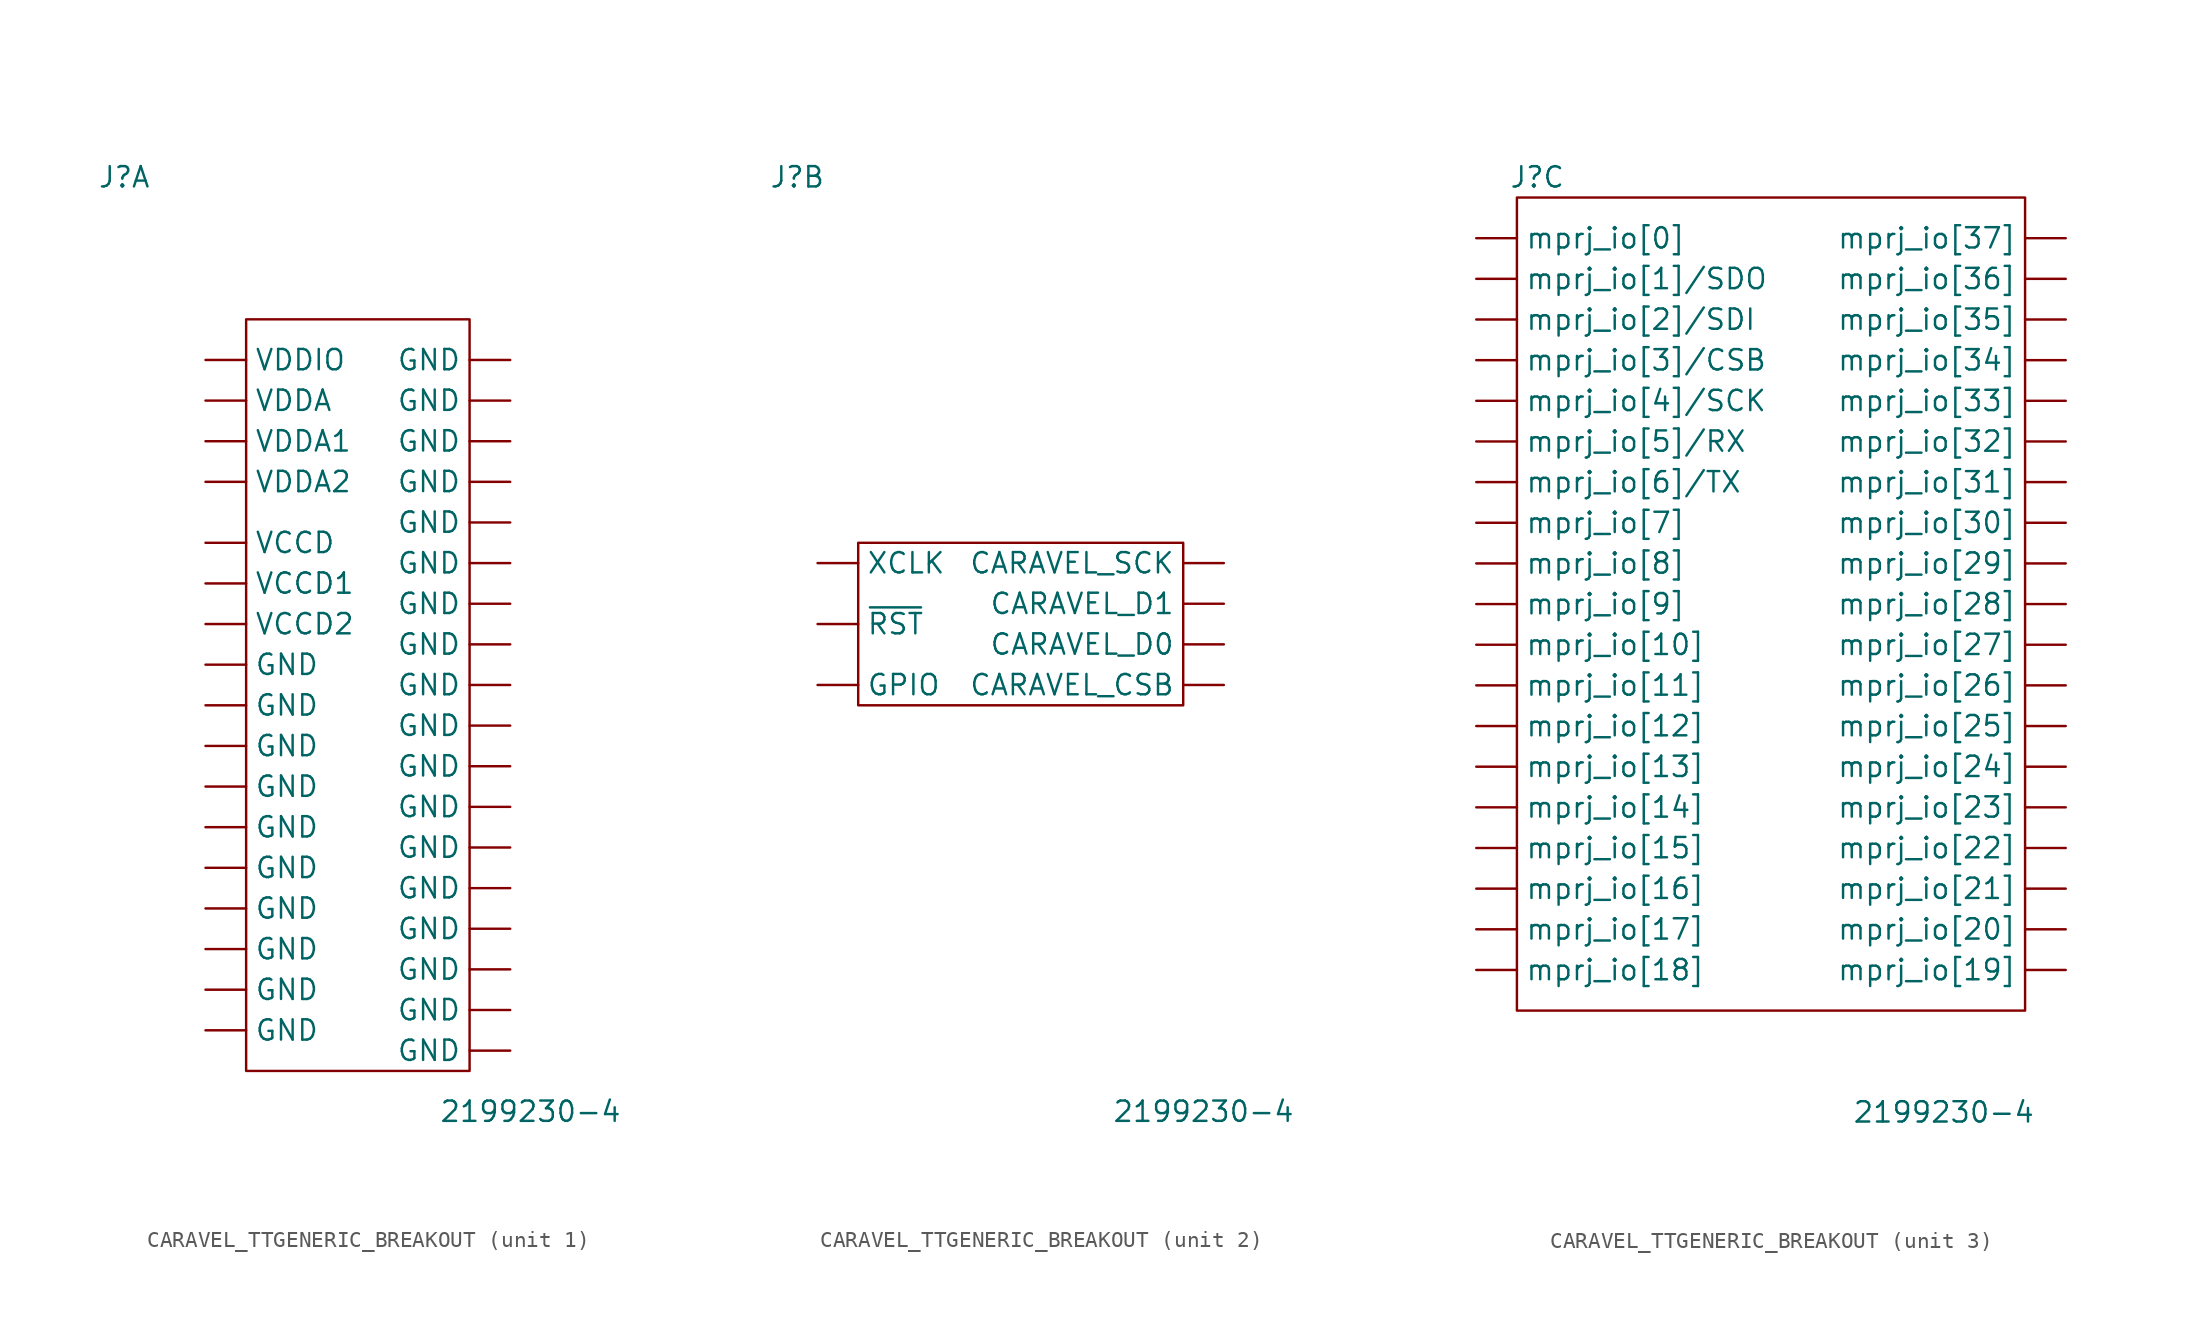
<source format=kicad_sym>
(kicad_symbol_lib
  (version 20241209)
  (generator "kicad_symbol_editor")
  (generator_version "9.0")
  (symbol "CARAVEL_TTGENERIC_BREAKOUT"
    (pin_numbers
      (hide yes))
    (property "Reference" "J"
      (at -15.24 25.4 0)
      (effects (font (size 1.27 1.27))))
    (property "Value" "2199230-4"
      (at 10.16 -33.02 0)
      (effects (font (size 1.27 1.27))))
    (property "ki_locked" ""
      (at 0 0 0)
      (effects (font (size 1.27 1.27))))
    (symbol "CARAVEL_TTGENERIC_BREAKOUT_1_1"
      (rectangle (start -7.62 16.51) (end 6.35 -30.48) (stroke (width 0) (type default)) (fill (type none)))
      (pin power_in line (at -10.16 13.97 0) (length 2.54) (name "VDDIO" (effects (font (size 1.27 1.27)))) (number "A2" (effects (font (size 1.27 1.27)))))
      (pin power_in line (at -10.16 11.43 0) (length 2.54) (name "VDDA" (effects (font (size 1.27 1.27)))) (number "A30" (effects (font (size 1.27 1.27)))))
      (pin power_in line (at -10.16 8.89 0) (length 2.54) (name "VDDA1" (effects (font (size 1.27 1.27)))) (number "A6" (effects (font (size 1.27 1.27)))))
      (pin power_in line (at -10.16 6.35 0) (length 2.54) (name "VDDA2" (effects (font (size 1.27 1.27)))) (number "A32" (effects (font (size 1.27 1.27)))))
      (pin power_in line (at -10.16 2.54 0) (length 2.54) (name "VCCD" (effects (font (size 1.27 1.27)))) (number "A34" (effects (font (size 1.27 1.27)))))
      (pin power_in line (at -10.16 0 0) (length 2.54) (name "VCCD1" (effects (font (size 1.27 1.27)))) (number "A8" (effects (font (size 1.27 1.27)))))
      (pin power_in line (at -10.16 -2.54 0) (length 2.54) (name "VCCD2" (effects (font (size 1.27 1.27)))) (number "A4" (effects (font (size 1.27 1.27)))))
      (pin power_in line (at -10.16 -5.08 0) (length 2.54) (name "GND" (effects (font (size 1.27 1.27)))) (number "B1" (effects (font (size 1.27 1.27)))))
      (pin power_in line (at -10.16 -7.62 0) (length 2.54) (name "GND" (effects (font (size 1.27 1.27)))) (number "B2" (effects (font (size 1.27 1.27)))))
      (pin power_in line (at -10.16 -10.16 0) (length 2.54) (name "GND" (effects (font (size 1.27 1.27)))) (number "B11" (effects (font (size 1.27 1.27)))))
      (pin power_in line (at -10.16 -12.7 0) (length 2.54) (name "GND" (effects (font (size 1.27 1.27)))) (number "B12" (effects (font (size 1.27 1.27)))))
      (pin power_in line (at -10.16 -15.24 0) (length 2.54) (name "GND" (effects (font (size 1.27 1.27)))) (number "B21" (effects (font (size 1.27 1.27)))))
      (pin power_in line (at -10.16 -17.78 0) (length 2.54) (name "GND" (effects (font (size 1.27 1.27)))) (number "B22" (effects (font (size 1.27 1.27)))))
      (pin power_in line (at -10.16 -20.32 0) (length 2.54) (name "GND" (effects (font (size 1.27 1.27)))) (number "B31" (effects (font (size 1.27 1.27)))))
      (pin power_in line (at -10.16 -22.86 0) (length 2.54) (name "GND" (effects (font (size 1.27 1.27)))) (number "B32" (effects (font (size 1.27 1.27)))))
      (pin power_in line (at -10.16 -25.4 0) (length 2.54) (name "GND" (effects (font (size 1.27 1.27)))) (number "B39" (effects (font (size 1.27 1.27)))))
      (pin power_in line (at -10.16 -27.94 0) (length 2.54) (name "GND" (effects (font (size 1.27 1.27)))) (number "B40" (effects (font (size 1.27 1.27)))))
      (pin power_in line (at 8.89 13.97 180) (length 2.54) (name "GND" (effects (font (size 1.27 1.27)))) (number "A1" (effects (font (size 1.27 1.27)))))
      (pin power_in line (at 8.89 11.43 180) (length 2.54) (name "GND" (effects (font (size 1.27 1.27)))) (number "A3" (effects (font (size 1.27 1.27)))))
      (pin power_in line (at 8.89 8.89 180) (length 2.54) (name "GND" (effects (font (size 1.27 1.27)))) (number "A5" (effects (font (size 1.27 1.27)))))
      (pin power_in line (at 8.89 6.35 180) (length 2.54) (name "GND" (effects (font (size 1.27 1.27)))) (number "A7" (effects (font (size 1.27 1.27)))))
      (pin power_in line (at 8.89 3.81 180) (length 2.54) (name "GND" (effects (font (size 1.27 1.27)))) (number "A9" (effects (font (size 1.27 1.27)))))
      (pin power_in line (at 8.89 1.27 180) (length 2.54) (name "GND" (effects (font (size 1.27 1.27)))) (number "A10" (effects (font (size 1.27 1.27)))))
      (pin power_in line (at 8.89 -1.27 180) (length 2.54) (name "GND" (effects (font (size 1.27 1.27)))) (number "A19" (effects (font (size 1.27 1.27)))))
      (pin power_in line (at 8.89 -3.81 180) (length 2.54) (name "GND" (effects (font (size 1.27 1.27)))) (number "A20" (effects (font (size 1.27 1.27)))))
      (pin power_in line (at 8.89 -6.35 180) (length 2.54) (name "GND" (effects (font (size 1.27 1.27)))) (number "A21" (effects (font (size 1.27 1.27)))))
      (pin power_in line (at 8.89 -8.89 180) (length 2.54) (name "GND" (effects (font (size 1.27 1.27)))) (number "A27" (effects (font (size 1.27 1.27)))))
      (pin power_in line (at 8.89 -11.43 180) (length 2.54) (name "GND" (effects (font (size 1.27 1.27)))) (number "A28" (effects (font (size 1.27 1.27)))))
      (pin power_in line (at 8.89 -13.97 180) (length 2.54) (name "GND" (effects (font (size 1.27 1.27)))) (number "A29" (effects (font (size 1.27 1.27)))))
      (pin power_in line (at 8.89 -16.51 180) (length 2.54) (name "GND" (effects (font (size 1.27 1.27)))) (number "A31" (effects (font (size 1.27 1.27)))))
      (pin power_in line (at 8.89 -19.05 180) (length 2.54) (name "GND" (effects (font (size 1.27 1.27)))) (number "A33" (effects (font (size 1.27 1.27)))))
      (pin power_in line (at 8.89 -21.59 180) (length 2.54) (name "GND" (effects (font (size 1.27 1.27)))) (number "A35" (effects (font (size 1.27 1.27)))))
      (pin power_in line (at 8.89 -24.13 180) (length 2.54) (name "GND" (effects (font (size 1.27 1.27)))) (number "A36" (effects (font (size 1.27 1.27)))))
      (pin power_in line (at 8.89 -26.67 180) (length 2.54) (name "GND" (effects (font (size 1.27 1.27)))) (number "A39" (effects (font (size 1.27 1.27)))))
      (pin power_in line (at 8.89 -29.21 180) (length 2.54) (name "GND" (effects (font (size 1.27 1.27)))) (number "A40" (effects (font (size 1.27 1.27))))))
    (symbol "CARAVEL_TTGENERIC_BREAKOUT_2_1"
      (rectangle (start -11.43 2.54) (end 8.89 -7.62) (stroke (width 0) (type default)) (fill (type none)))
      (pin input line (at -13.97 1.27 0) (length 2.54) (name "XCLK" (effects (font (size 1.27 1.27)))) (number "A38" (effects (font (size 1.27 1.27)))))
      (pin input line (at -13.97 -2.54 0) (length 2.54) (name "~{RST}" (effects (font (size 1.27 1.27)))) (number "A37" (effects (font (size 1.27 1.27)))))
      (pin input line (at -13.97 -6.35 0) (length 2.54) (name "GPIO" (effects (font (size 1.27 1.27)))) (number "A22" (effects (font (size 1.27 1.27)))))
      (pin input line (at 11.43 1.27 180) (length 2.54) (name "CARAVEL_SCK" (effects (font (size 1.27 1.27)))) (number "A23" (effects (font (size 1.27 1.27)))))
      (pin bidirectional line (at 11.43 -1.27 180) (length 2.54) (name "CARAVEL_D1" (effects (font (size 1.27 1.27)))) (number "A24" (effects (font (size 1.27 1.27)))))
      (pin bidirectional line (at 11.43 -3.81 180) (length 2.54) (name "CARAVEL_D0" (effects (font (size 1.27 1.27)))) (number "A25" (effects (font (size 1.27 1.27)))))
      (pin input line (at 11.43 -6.35 180) (length 2.54) (name "CARAVEL_CSB" (effects (font (size 1.27 1.27)))) (number "A26" (effects (font (size 1.27 1.27))))))
    (symbol "CARAVEL_TTGENERIC_BREAKOUT_3_1"
      (rectangle (start -16.51 24.13) (end 15.24 -26.67) (stroke (width 0) (type default)) (fill (type none)))
      (pin bidirectional line (at -19.05 21.59 0) (length 2.54) (name "mprj_io[0]" (effects (font (size 1.27 1.27)))) (number "A18" (effects (font (size 1.27 1.27)))))
      (pin bidirectional line (at -19.05 19.05 0) (length 2.54) (name "mprj_io[1]/SDO" (effects (font (size 1.27 1.27)))) (number "A17" (effects (font (size 1.27 1.27)))))
      (pin bidirectional line (at -19.05 16.51 0) (length 2.54) (name "mprj_io[2]/SDI" (effects (font (size 1.27 1.27)))) (number "A16" (effects (font (size 1.27 1.27)))))
      (pin bidirectional line (at -19.05 13.97 0) (length 2.54) (name "mprj_io[3]/CSB" (effects (font (size 1.27 1.27)))) (number "A15" (effects (font (size 1.27 1.27)))))
      (pin bidirectional line (at -19.05 11.43 0) (length 2.54) (name "mprj_io[4]/SCK" (effects (font (size 1.27 1.27)))) (number "A14" (effects (font (size 1.27 1.27)))))
      (pin bidirectional line (at -19.05 8.89 0) (length 2.54) (name "mprj_io[5]/RX" (effects (font (size 1.27 1.27)))) (number "A13" (effects (font (size 1.27 1.27)))))
      (pin bidirectional line (at -19.05 6.35 0) (length 2.54) (name "mprj_io[6]/TX" (effects (font (size 1.27 1.27)))) (number "A12" (effects (font (size 1.27 1.27)))))
      (pin bidirectional line (at -19.05 3.81 0) (length 2.54) (name "mprj_io[7]" (effects (font (size 1.27 1.27)))) (number "A11" (effects (font (size 1.27 1.27)))))
      (pin bidirectional line (at -19.05 1.27 0) (length 2.54) (name "mprj_io[8]" (effects (font (size 1.27 1.27)))) (number "B4" (effects (font (size 1.27 1.27)))))
      (pin bidirectional line (at -19.05 -1.27 0) (length 2.54) (name "mprj_io[9]" (effects (font (size 1.27 1.27)))) (number "B3" (effects (font (size 1.27 1.27)))))
      (pin bidirectional line (at -19.05 -3.81 0) (length 2.54) (name "mprj_io[10]" (effects (font (size 1.27 1.27)))) (number "B6" (effects (font (size 1.27 1.27)))))
      (pin bidirectional line (at -19.05 -6.35 0) (length 2.54) (name "mprj_io[11]" (effects (font (size 1.27 1.27)))) (number "B5" (effects (font (size 1.27 1.27)))))
      (pin bidirectional line (at -19.05 -8.89 0) (length 2.54) (name "mprj_io[12]" (effects (font (size 1.27 1.27)))) (number "B8" (effects (font (size 1.27 1.27)))))
      (pin bidirectional line (at -19.05 -11.43 0) (length 2.54) (name "mprj_io[13]" (effects (font (size 1.27 1.27)))) (number "B7" (effects (font (size 1.27 1.27)))))
      (pin bidirectional line (at -19.05 -13.97 0) (length 2.54) (name "mprj_io[14]" (effects (font (size 1.27 1.27)))) (number "B10" (effects (font (size 1.27 1.27)))))
      (pin bidirectional line (at -19.05 -16.51 0) (length 2.54) (name "mprj_io[15]" (effects (font (size 1.27 1.27)))) (number "B9" (effects (font (size 1.27 1.27)))))
      (pin bidirectional line (at -19.05 -19.05 0) (length 2.54) (name "mprj_io[16]" (effects (font (size 1.27 1.27)))) (number "B14" (effects (font (size 1.27 1.27)))))
      (pin bidirectional line (at -19.05 -21.59 0) (length 2.54) (name "mprj_io[17]" (effects (font (size 1.27 1.27)))) (number "B13" (effects (font (size 1.27 1.27)))))
      (pin bidirectional line (at -19.05 -24.13 0) (length 2.54) (name "mprj_io[18]" (effects (font (size 1.27 1.27)))) (number "B16" (effects (font (size 1.27 1.27)))))
      (pin bidirectional line (at 17.78 21.59 180) (length 2.54) (name "mprj_io[37]" (effects (font (size 1.27 1.27)))) (number "B37" (effects (font (size 1.27 1.27)))))
      (pin bidirectional line (at 17.78 19.05 180) (length 2.54) (name "mprj_io[36]" (effects (font (size 1.27 1.27)))) (number "B38" (effects (font (size 1.27 1.27)))))
      (pin bidirectional line (at 17.78 16.51 180) (length 2.54) (name "mprj_io[35]" (effects (font (size 1.27 1.27)))) (number "B35" (effects (font (size 1.27 1.27)))))
      (pin bidirectional line (at 17.78 13.97 180) (length 2.54) (name "mprj_io[34]" (effects (font (size 1.27 1.27)))) (number "B36" (effects (font (size 1.27 1.27)))))
      (pin bidirectional line (at 17.78 11.43 180) (length 2.54) (name "mprj_io[33]" (effects (font (size 1.27 1.27)))) (number "B33" (effects (font (size 1.27 1.27)))))
      (pin bidirectional line (at 17.78 8.89 180) (length 2.54) (name "mprj_io[32]" (effects (font (size 1.27 1.27)))) (number "B34" (effects (font (size 1.27 1.27)))))
      (pin bidirectional line (at 17.78 6.35 180) (length 2.54) (name "mprj_io[31]" (effects (font (size 1.27 1.27)))) (number "B29" (effects (font (size 1.27 1.27)))))
      (pin bidirectional line (at 17.78 3.81 180) (length 2.54) (name "mprj_io[30]" (effects (font (size 1.27 1.27)))) (number "B30" (effects (font (size 1.27 1.27)))))
      (pin bidirectional line (at 17.78 1.27 180) (length 2.54) (name "mprj_io[29]" (effects (font (size 1.27 1.27)))) (number "B27" (effects (font (size 1.27 1.27)))))
      (pin bidirectional line (at 17.78 -1.27 180) (length 2.54) (name "mprj_io[28]" (effects (font (size 1.27 1.27)))) (number "B28" (effects (font (size 1.27 1.27)))))
      (pin bidirectional line (at 17.78 -3.81 180) (length 2.54) (name "mprj_io[27]" (effects (font (size 1.27 1.27)))) (number "B25" (effects (font (size 1.27 1.27)))))
      (pin bidirectional line (at 17.78 -6.35 180) (length 2.54) (name "mprj_io[26]" (effects (font (size 1.27 1.27)))) (number "B26" (effects (font (size 1.27 1.27)))))
      (pin bidirectional line (at 17.78 -8.89 180) (length 2.54) (name "mprj_io[25]" (effects (font (size 1.27 1.27)))) (number "B23" (effects (font (size 1.27 1.27)))))
      (pin bidirectional line (at 17.78 -11.43 180) (length 2.54) (name "mprj_io[24]" (effects (font (size 1.27 1.27)))) (number "B24" (effects (font (size 1.27 1.27)))))
      (pin bidirectional line (at 17.78 -13.97 180) (length 2.54) (name "mprj_io[23]" (effects (font (size 1.27 1.27)))) (number "B19" (effects (font (size 1.27 1.27)))))
      (pin bidirectional line (at 17.78 -16.51 180) (length 2.54) (name "mprj_io[22]" (effects (font (size 1.27 1.27)))) (number "B20" (effects (font (size 1.27 1.27)))))
      (pin bidirectional line (at 17.78 -19.05 180) (length 2.54) (name "mprj_io[21]" (effects (font (size 1.27 1.27)))) (number "B17" (effects (font (size 1.27 1.27)))))
      (pin bidirectional line (at 17.78 -21.59 180) (length 2.54) (name "mprj_io[20]" (effects (font (size 1.27 1.27)))) (number "B18" (effects (font (size 1.27 1.27)))))
      (pin bidirectional line (at 17.78 -24.13 180) (length 2.54) (name "mprj_io[19]" (effects (font (size 1.27 1.27)))) (number "B15" (effects (font (size 1.27 1.27))))))))
</source>
